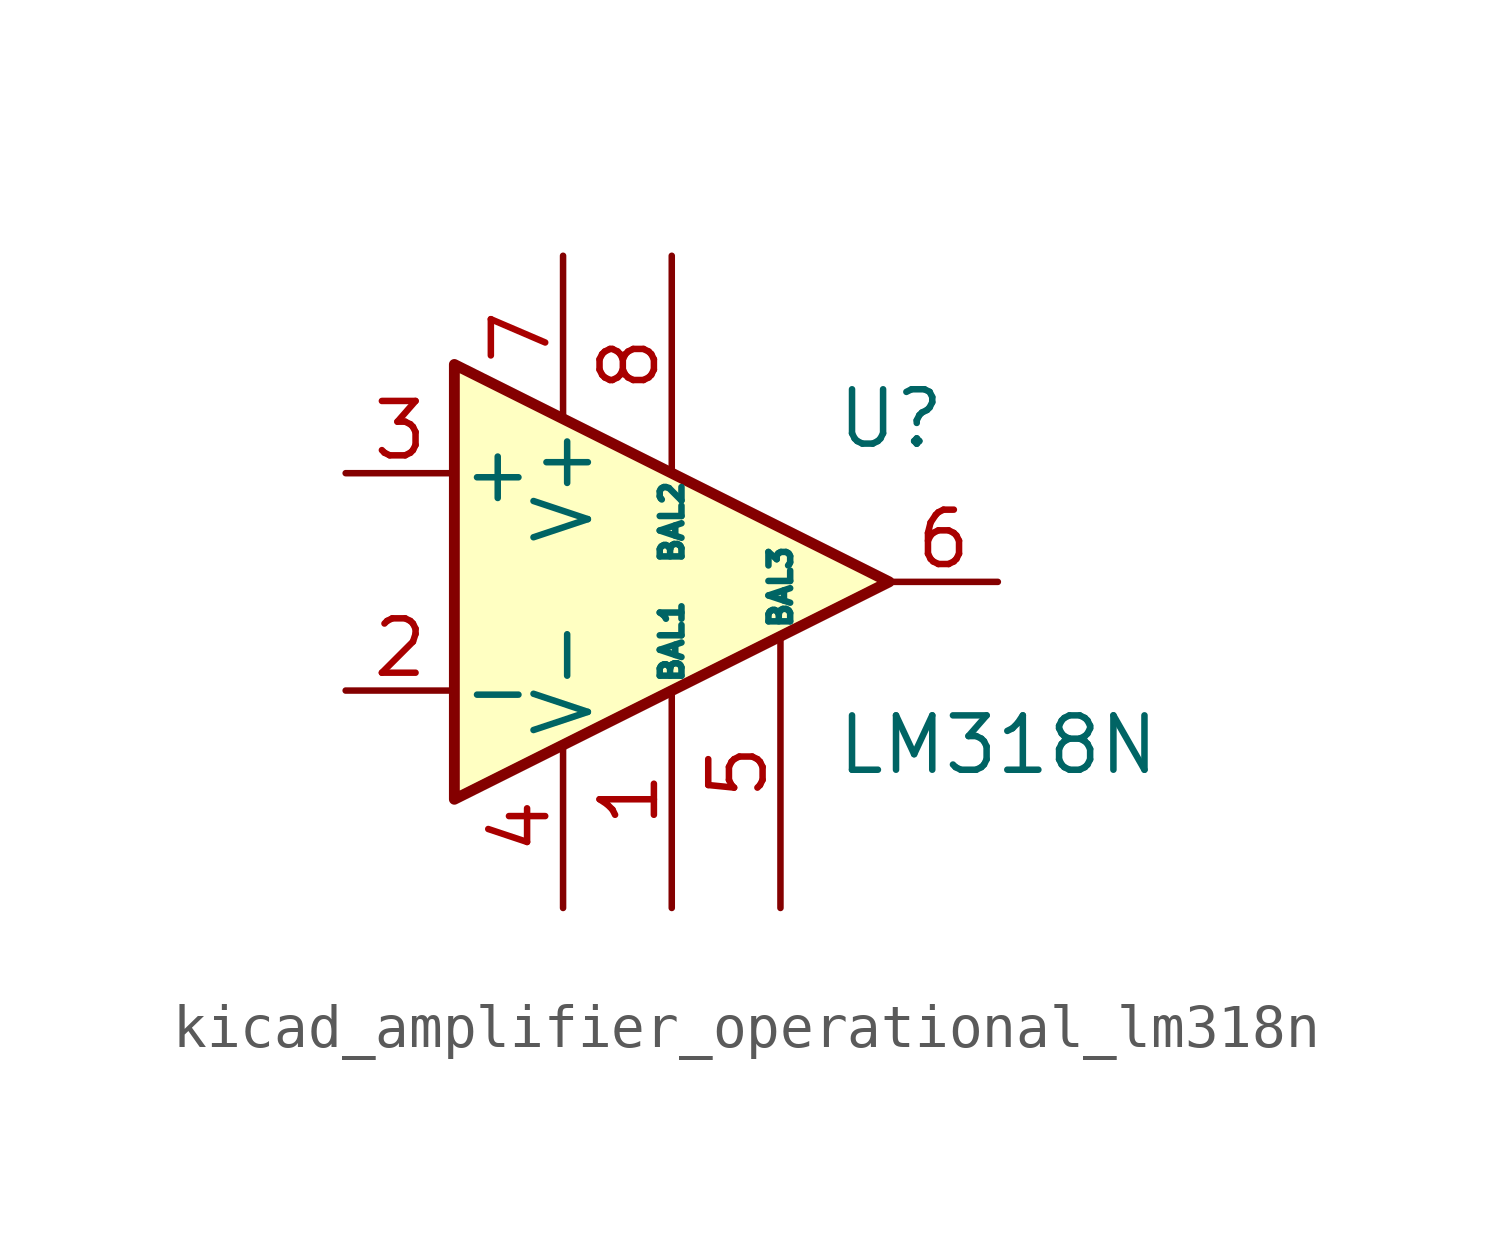
<source format=kicad_sym>
(kicad_symbol_lib
  (version 20220914)
  (generator kicad_symbol_editor)
  (symbol "kicad_amplifier_operational_lm318n"
    (pin_names
      (offset 0.127))
    (property "Reference" "U"
      (at 3.81 3.81 0)
      (effects (font (size 1.27 1.27)) (justify left)))
    (property "Value" "LM318N"
      (at 3.81 -3.81 0)
      (effects (font (size 1.27 1.27)) (justify left)))
    (symbol "kicad_amplifier_operational_lm318n_0_1"
      (polyline (pts (xy 5.08 0) (xy -5.08 5.08) (xy -5.08 -5.08) (xy 5.08 0)) (stroke (width 0.254) (type default)) (fill (type background))))
    (symbol "kicad_amplifier_operational_lm318n_1_1"
      (pin passive line (at 0 -7.62 90) (length 5.08) (name "BAL1" (effects (font (size 0.508 0.508)))) (number "1" (effects (font (size 1.27 1.27)))))
      (pin input line (at -7.62 -2.54 0) (length 2.54) (name "-" (effects (font (size 1.27 1.27)))) (number "2" (effects (font (size 1.27 1.27)))))
      (pin input line (at -7.62 2.54 0) (length 2.54) (name "+" (effects (font (size 1.27 1.27)))) (number "3" (effects (font (size 1.27 1.27)))))
      (pin power_in line (at -2.54 -7.62 90) (length 3.81) (name "V-" (effects (font (size 1.27 1.27)))) (number "4" (effects (font (size 1.27 1.27)))))
      (pin passive line (at 2.54 -7.62 90) (length 6.35) (name "BAL3" (effects (font (size 0.508 0.508)))) (number "5" (effects (font (size 1.27 1.27)))))
      (pin output line (at 7.62 0 180) (length 2.54) (name "~" (effects (font (size 1.27 1.27)))) (number "6" (effects (font (size 1.27 1.27)))))
      (pin power_in line (at -2.54 7.62 270) (length 3.81) (name "V+" (effects (font (size 1.27 1.27)))) (number "7" (effects (font (size 1.27 1.27)))))
      (pin passive line (at 0 7.62 270) (length 5.08) (name "BAL2" (effects (font (size 0.508 0.508)))) (number "8" (effects (font (size 1.27 1.27))))))))
</source>
